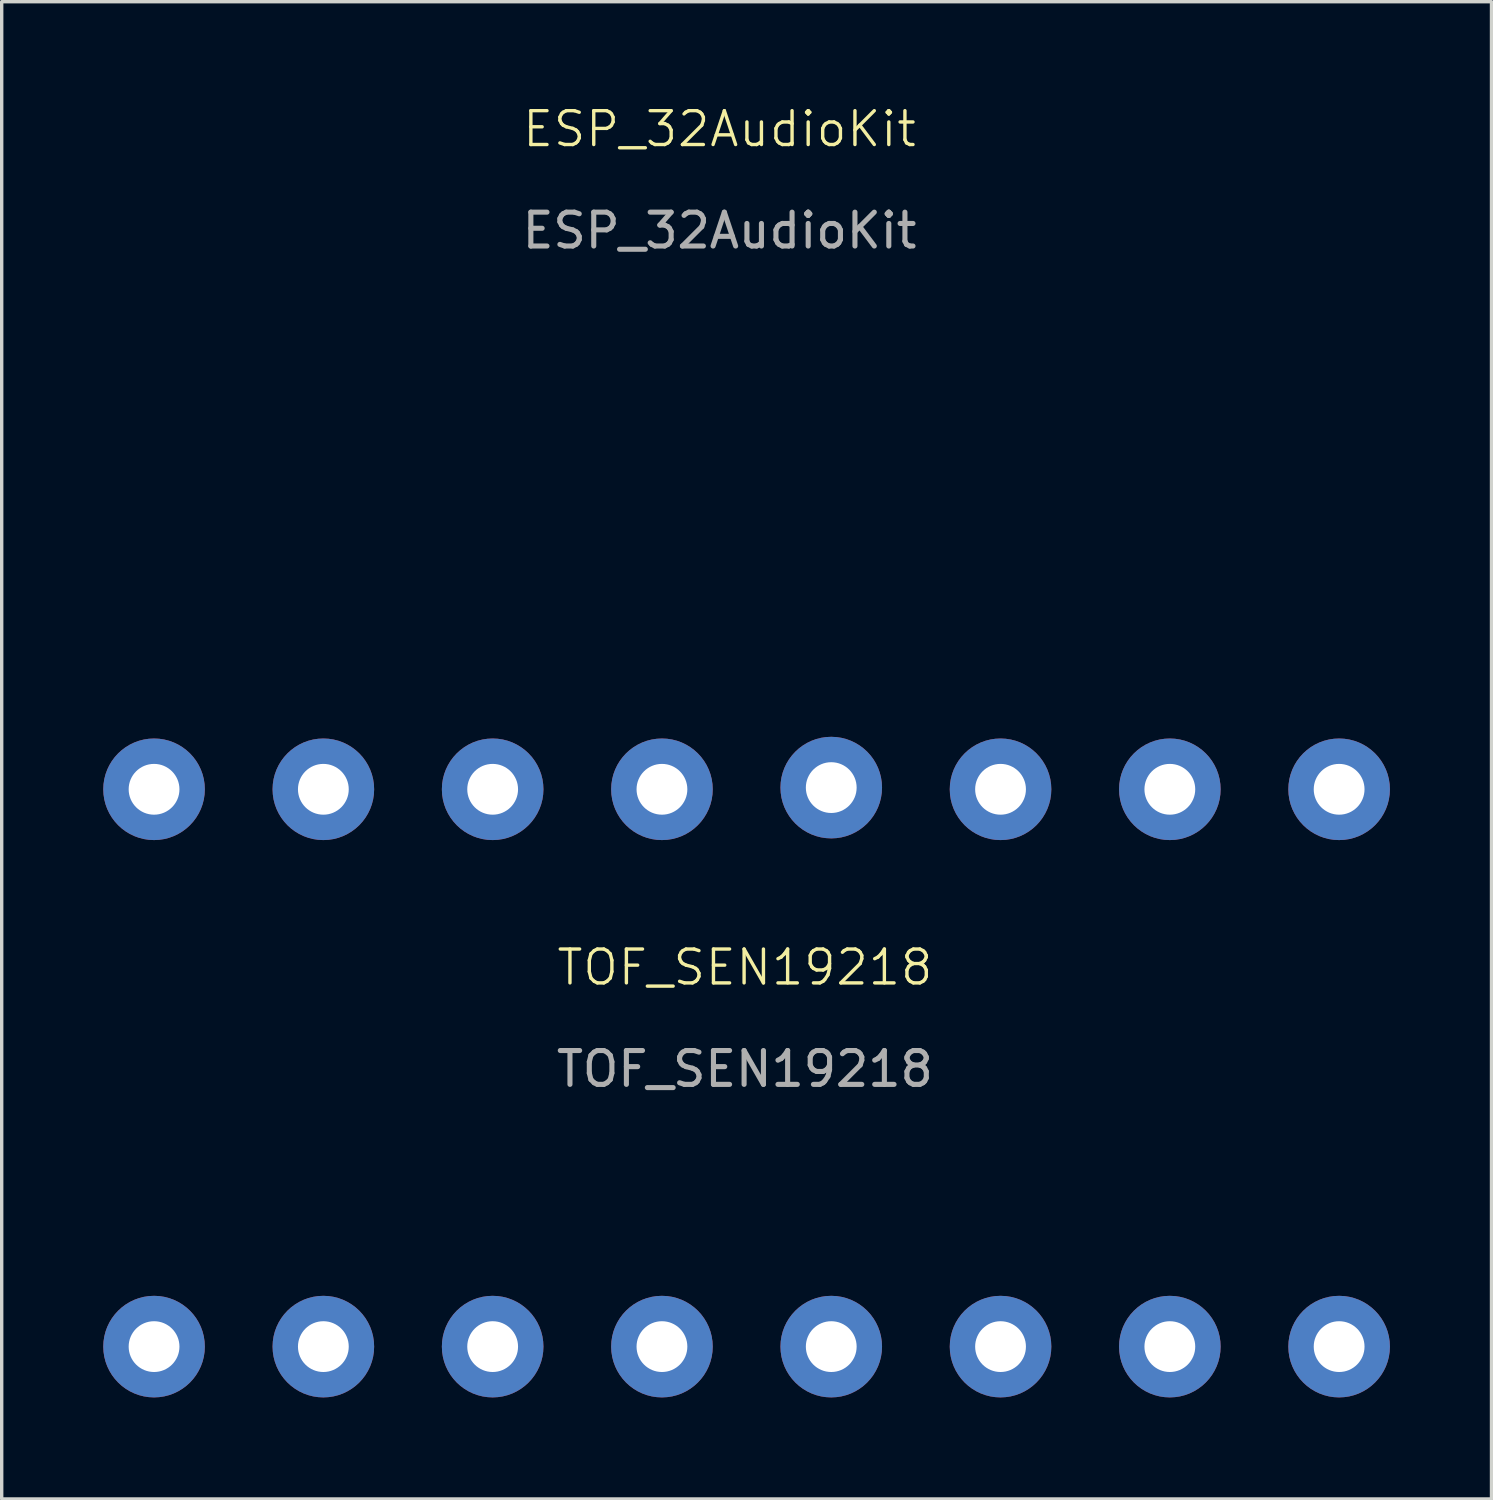
<source format=kicad_pcb>
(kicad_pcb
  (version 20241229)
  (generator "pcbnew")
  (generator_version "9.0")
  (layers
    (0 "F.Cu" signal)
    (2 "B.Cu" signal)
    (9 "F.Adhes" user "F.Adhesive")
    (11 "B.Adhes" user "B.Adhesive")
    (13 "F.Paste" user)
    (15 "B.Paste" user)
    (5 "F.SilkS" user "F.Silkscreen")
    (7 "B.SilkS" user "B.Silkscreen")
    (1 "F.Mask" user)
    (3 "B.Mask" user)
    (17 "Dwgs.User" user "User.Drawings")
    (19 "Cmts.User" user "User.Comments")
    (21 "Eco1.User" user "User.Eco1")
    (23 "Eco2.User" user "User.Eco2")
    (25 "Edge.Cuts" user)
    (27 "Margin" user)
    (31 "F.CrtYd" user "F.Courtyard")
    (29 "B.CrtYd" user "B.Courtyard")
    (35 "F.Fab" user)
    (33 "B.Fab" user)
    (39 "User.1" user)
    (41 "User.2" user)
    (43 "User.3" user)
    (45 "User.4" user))
  (footprint "ESP_32AudioKit"
    (layer "F.Cu")
    (at 19 20.261)
    (property "Reference" "ESP_32AudioKit" (at -0.8 -19.5 0) (unlocked yes) (layer "F.SilkS") (effects (font (size 1 1) (thickness 0.1))))
    (attr smd)
    (fp_text user "${REFERENCE}" (at -0.8 -16.5 0) (unlocked yes) (layer "F.Fab") (effects (font (size 1 1) (thickness 0.15))))
    (pad "3.3" thru_hole circle (at -17.5 0) (size 3 3) (drill 1.5) (layers "*.Cu" "*.Mask"))
    (pad "EN" thru_hole circle (at -12.5 0) (size 3 3) (drill 1.5) (layers "*.Cu" "*.Mask"))
    (pad "GND" thru_hole circle (at 17.5 0) (size 3 3) (drill 1.5) (layers "*.Cu" "*.Mask"))
    (pad "GP0" thru_hole circle (at 7.5 0) (size 3 3) (drill 1.5) (layers "*.Cu" "*.Mask"))
    (pad "GP1" thru_hole circle (at 2.5 -0.05) (size 3 3) (drill 1.5) (layers "*.Cu" "*.Mask"))
    (pad "INT" thru_hole circle (at 12.5 0) (size 3 3) (drill 1.5) (layers "*.Cu" "*.Mask"))
    (pad "SCL" thru_hole circle (at -2.5 0) (size 3 3) (drill 1.5) (layers "*.Cu" "*.Mask"))
    (pad "SDA" thru_hole circle (at -7.5 0) (size 3 3) (drill 1.5) (layers "*.Cu" "*.Mask")))
  (footprint "TOF_SEN19218"
    (layer "F.Cu")
    (at 19 36.721)
    (property "Reference" "TOF_SEN19218" (at -0.05 -11.2 0) (unlocked yes) (layer "F.SilkS") (effects (font (size 1 1) (thickness 0.1))))
    (attr smd)
    (fp_text user "${REFERENCE}" (at -0.05 -8.2 0) (unlocked yes) (layer "F.Fab") (effects (font (size 1 1) (thickness 0.15))))
    (pad "3.3" thru_hole circle (at -17.5 0) (size 3 3) (drill 1.5) (layers "*.Cu" "*.Mask"))
    (pad "EN" thru_hole circle (at -12.5 0) (size 3 3) (drill 1.5) (layers "*.Cu" "*.Mask"))
    (pad "GND" thru_hole circle (at 17.5 0) (size 3 3) (drill 1.5) (layers "*.Cu" "*.Mask"))
    (pad "GP0" thru_hole circle (at 7.5 0) (size 3 3) (drill 1.5) (layers "*.Cu" "*.Mask"))
    (pad "GP1" thru_hole circle (at 2.5 0) (size 3 3) (drill 1.5) (layers "*.Cu" "*.Mask"))
    (pad "INT" thru_hole circle (at 12.5 0) (size 3 3) (drill 1.5) (layers "*.Cu" "*.Mask"))
    (pad "SCL" thru_hole circle (at -2.5 0) (size 3 3) (drill 1.5) (layers "*.Cu" "*.Mask"))
    (pad "SDA" thru_hole circle (at -7.5 0) (size 3 3) (drill 1.5) (layers "*.Cu" "*.Mask")))
  (gr_rect
    (start -3 -3)
    (end 41 41.221)
    (stroke (width 0.1) (type default))
    (fill no)
    (layer "Edge.Cuts")))
</source>
